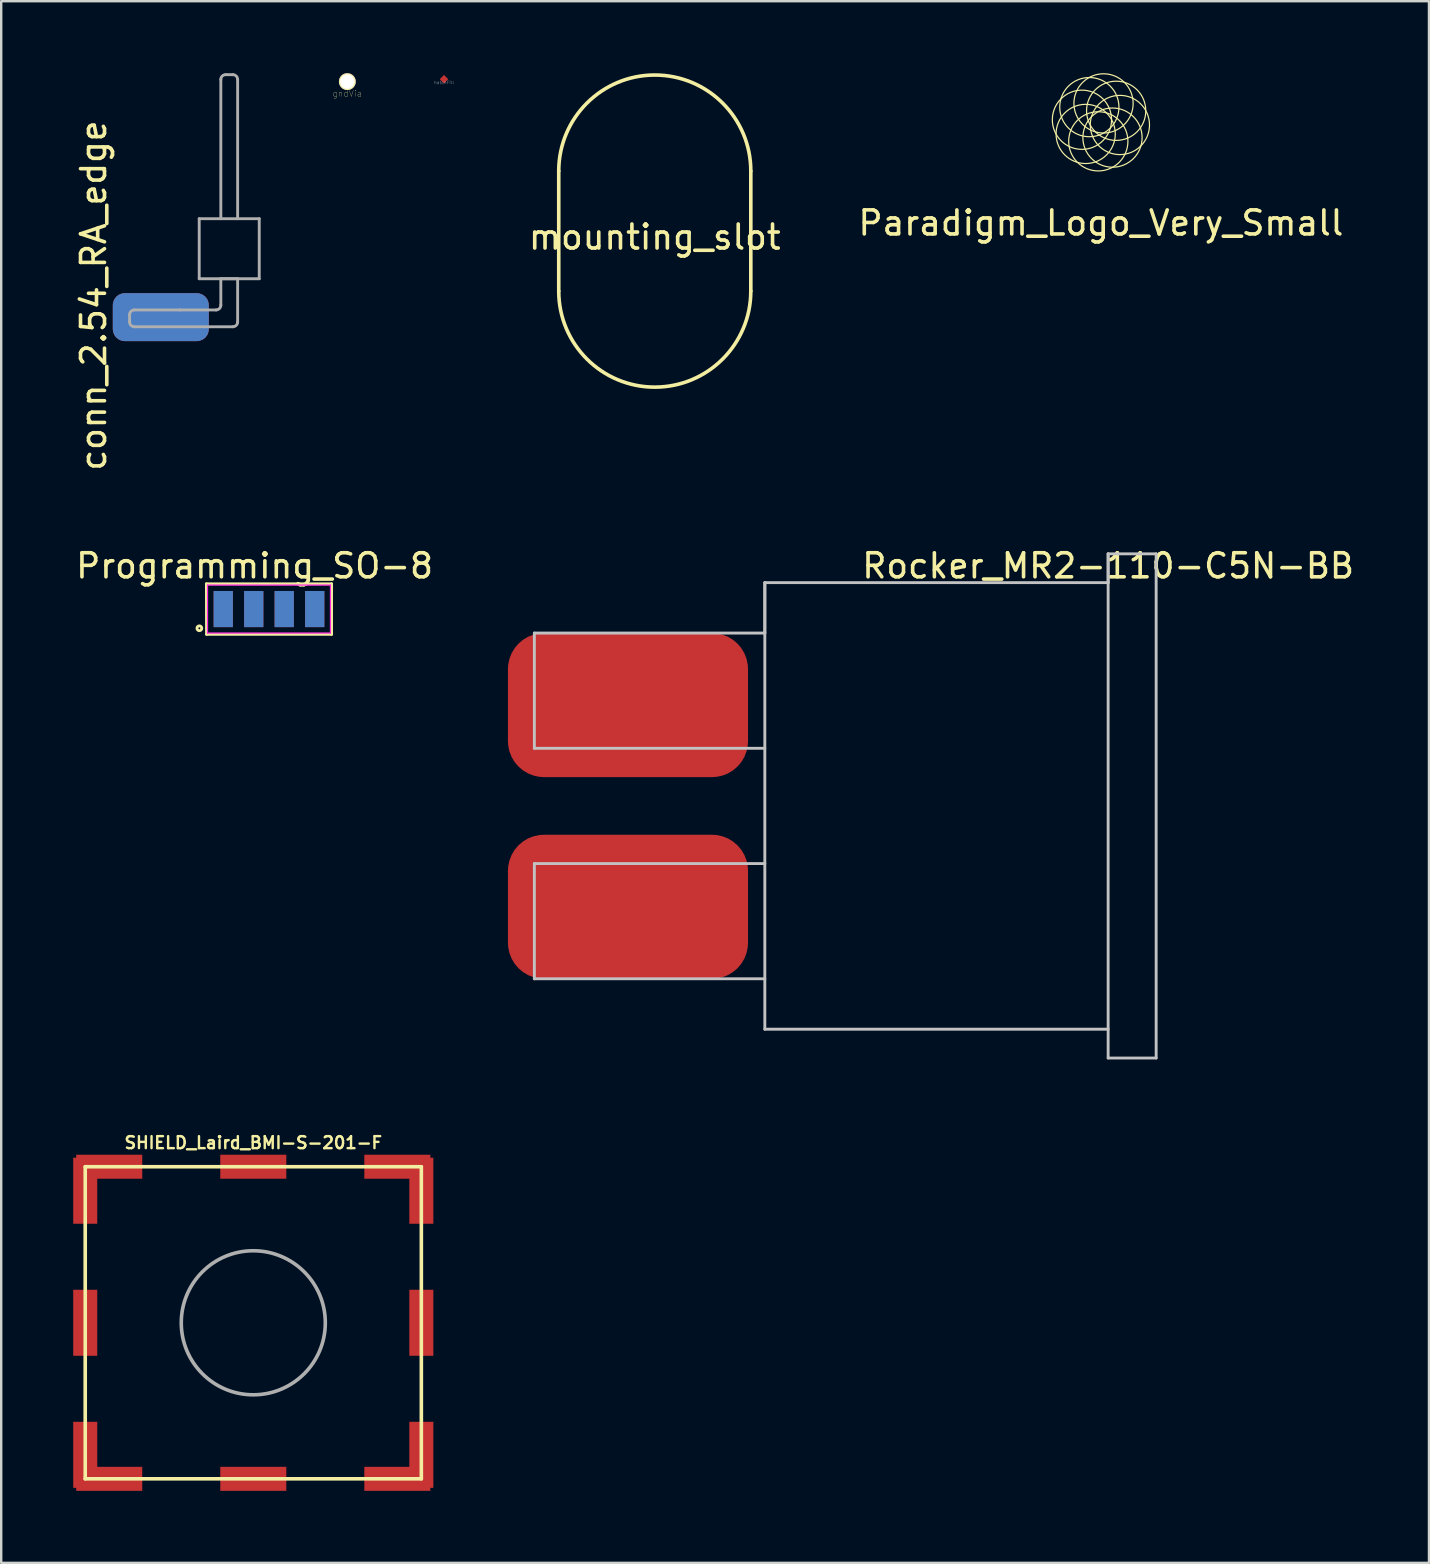
<source format=kicad_pcb>
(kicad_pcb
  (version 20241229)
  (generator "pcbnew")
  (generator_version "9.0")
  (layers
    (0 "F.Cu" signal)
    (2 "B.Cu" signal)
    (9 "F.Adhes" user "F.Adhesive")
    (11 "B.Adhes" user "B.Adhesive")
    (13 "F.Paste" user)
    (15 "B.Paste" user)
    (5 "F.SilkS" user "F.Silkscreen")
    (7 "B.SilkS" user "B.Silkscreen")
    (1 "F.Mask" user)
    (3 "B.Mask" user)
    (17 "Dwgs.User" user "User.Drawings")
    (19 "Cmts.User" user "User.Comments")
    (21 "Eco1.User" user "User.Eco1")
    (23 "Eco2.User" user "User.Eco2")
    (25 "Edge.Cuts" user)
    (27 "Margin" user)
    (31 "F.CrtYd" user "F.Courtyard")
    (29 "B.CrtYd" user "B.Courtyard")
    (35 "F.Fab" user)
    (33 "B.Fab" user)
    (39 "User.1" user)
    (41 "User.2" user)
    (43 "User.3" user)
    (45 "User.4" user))
  (footprint "Rocker_MR2-110-C5N-BB"
    (layer "F.Cu")
    (at 43.107 20.019)
    (property "Reference" "Rocker_MR2-110-C5N-BB" (at 0 0.5 0) (layer "F.SilkS") (effects (font (size 1 1) (thickness 0.15))))
    (attr through_hole)
    (fp_line (start -23.9 3.3) (end -23.9 8.1) (stroke (width 0.12) (type solid)) (layer "Dwgs.User"))
    (fp_line (start -23.9 8.1) (end -14.3 8.1) (stroke (width 0.12) (type solid)) (layer "Dwgs.User"))
    (fp_line (start -23.9 12.9) (end -14.3 12.9) (stroke (width 0.12) (type solid)) (layer "Dwgs.User"))
    (fp_line (start -23.9 17.7) (end -23.9 12.9) (stroke (width 0.12) (type solid)) (layer "Dwgs.User"))
    (fp_line (start -14.3 1.2) (end -14.3 3.3) (stroke (width 0.12) (type solid)) (layer "Dwgs.User"))
    (fp_line (start -14.3 1.2) (end -14.3 19.8) (stroke (width 0.12) (type solid)) (layer "Dwgs.User"))
    (fp_line (start -14.3 3.3) (end -23.9 3.3) (stroke (width 0.12) (type solid)) (layer "Dwgs.User"))
    (fp_line (start -14.3 17.7) (end -23.9 17.7) (stroke (width 0.12) (type solid)) (layer "Dwgs.User"))
    (fp_line (start -14.3 19.8) (end 0 19.8) (stroke (width 0.12) (type solid)) (layer "Dwgs.User"))
    (fp_line (start 0 0) (end 0 1.2) (stroke (width 0.12) (type solid)) (layer "Dwgs.User"))
    (fp_line (start 0 0) (end 2 0) (stroke (width 0.12) (type solid)) (layer "Dwgs.User"))
    (fp_line (start 0 1.2) (end -14.3 1.2) (stroke (width 0.12) (type solid)) (layer "Dwgs.User"))
    (fp_line (start 0 21) (end 0 0) (stroke (width 0.12) (type solid)) (layer "Dwgs.User"))
    (fp_line (start 2 0) (end 2 21) (stroke (width 0.12) (type solid)) (layer "Dwgs.User"))
    (fp_line (start 2 21) (end 0 21) (stroke (width 0.12) (type solid)) (layer "Dwgs.User"))
    (pad "1" smd roundrect (at -20 14.7) (size 10 6) (layers "F.Cu" "F.Mask" "F.Paste") (roundrect_rratio 0.25))
    (pad "2" smd roundrect (at -20 6.3) (size 10 6) (layers "F.Cu" "F.Mask" "F.Paste") (roundrect_rratio 0.25)))
  (footprint "hatchFill"
    (layer "F.Cu")
    (at 15.443 0.25)
    (property "Reference" "hatchFill" (at 0 0.14 0) (layer "F.Fab") (effects (font (size 0.127 0.127) (thickness 0.01))))
    (attr through_hole)
    (pad "1" smd rect (at 0 0 45) (size 0.25 0.25) (layers "F.Cu" "F.Mask" "F.Paste")))
  (footprint "mounting_slot"
    (layer "F.Cu")
    (at 24.223 6.575)
    (property "Reference" "mounting_slot" (at 0 0.25 0) (layer "F.SilkS") (effects (font (size 1 1) (thickness 0.15))))
    (attr through_hole)
    (fp_line (start -4 2.5) (end -4 -2.5) (stroke (width 0.15) (type solid)) (layer "F.SilkS"))
    (fp_line (start 4 2.5) (end 4 -2.5) (stroke (width 0.15) (type solid)) (layer "F.SilkS"))
    (fp_arc (start -4 -2.5) (mid 0 -6.5) (end 4 -2.5) (stroke (width 0.15) (type solid)) (layer "F.SilkS"))
    (fp_arc (start 4 2.5) (mid 0 6.5) (end -4 2.5) (stroke (width 0.15) (type solid)) (layer "F.SilkS")))
  (footprint "gndVia"
    (layer "F.Cu")
    (at 11.417 0.35)
    (property "Reference" "gndVia" (at 0 0.5 0) (layer "F.SilkS") (effects (font (size 0.25 0.25) (thickness 0.01))))
    (attr through_hole)
    (pad "1" thru_hole circle (at 0 0) (size 0.7 0.7) (drill 0.6) (layers "*.Cu" "*.Mask" "F.SilkS")))
  (footprint "SHIELD_Laird_BMI-S-201-F"
    (layer "F.Cu")
    (at 7.5 52.047)
    (property "Reference" "SHIELD_Laird_BMI-S-201-F" (at 0 -7.5 0) (layer "F.SilkS") (effects (font (size 0.5 0.5) (thickness 0.1))))
    (attr through_hole)
    (fp_line (start -7 -6.5) (end -7 6.5) (stroke (width 0.15) (type solid)) (layer "F.SilkS"))
    (fp_line (start -7 6.5) (end 7 6.5) (stroke (width 0.15) (type solid)) (layer "F.SilkS"))
    (fp_line (start 7 -6.5) (end -7 -6.5) (stroke (width 0.15) (type solid)) (layer "F.SilkS"))
    (fp_line (start 7 6.5) (end 7 -6.5) (stroke (width 0.15) (type solid)) (layer "F.SilkS"))
    (fp_circle (center 0 0) (end 0 -3) (stroke (width 0.15) (type solid)) (fill no) (layer "F.Fab"))
    (pad "1" smd rect (at -7 -5.5) (size 1 2.75) (layers "F.Cu" "F.Mask" "F.Paste"))
    (pad "1" smd rect (at -7 0) (size 1 2.75) (layers "F.Cu" "F.Mask" "F.Paste"))
    (pad "1" smd rect (at -7 5.5) (size 1 2.75) (layers "F.Cu" "F.Mask" "F.Paste"))
    (pad "1" smd rect (at -6 -6.5) (size 2.75 1) (layers "F.Cu" "F.Mask" "F.Paste"))
    (pad "1" smd rect (at -6 6.5) (size 2.75 1) (layers "F.Cu" "F.Mask" "F.Paste"))
    (pad "1" smd rect (at 0 -6.5) (size 2.75 1) (layers "F.Cu" "F.Mask" "F.Paste"))
    (pad "1" smd rect (at 0 6.5) (size 2.75 1) (layers "F.Cu" "F.Mask" "F.Paste"))
    (pad "1" smd rect (at 6 -6.5) (size 2.75 1) (layers "F.Cu" "F.Mask" "F.Paste"))
    (pad "1" smd rect (at 6 6.5) (size 2.75 1) (layers "F.Cu" "F.Mask" "F.Paste"))
    (pad "1" smd rect (at 7 -5.5) (size 1 2.75) (layers "F.Cu" "F.Mask" "F.Paste"))
    (pad "1" smd rect (at 7 0) (size 1 2.75) (layers "F.Cu" "F.Mask" "F.Paste"))
    (pad "1" smd rect (at 7 5.5) (size 1 2.75) (layers "F.Cu" "F.Mask" "F.Paste")))
  (footprint "Paradigm_Logo_Very_Small"
    (layer "F.Cu")
    (at 42.806 2.047)
    (property "Reference" "Paradigm_Logo_Very_Small" (at 0 4.191 0) (layer "F.SilkS") (effects (font (size 1 1) (thickness 0.15))))
    (attr through_hole)
    (fp_circle (center -0.79 -0.109) (end -1.014 1.104) (stroke (width 0.05) (type solid)) (fill no) (layer "F.SilkS"))
    (fp_circle (center -0.635 0.482) (end 0.064 1.498) (stroke (width 0.05) (type solid)) (fill no) (layer "F.SilkS"))
    (fp_circle (center -0.482 -0.635) (end -1.498 0.064) (stroke (width 0.05) (type solid)) (fill no) (layer "F.SilkS"))
    (fp_circle (center -0.109 0.79) (end 1.104 1.014) (stroke (width 0.05) (type solid)) (fill no) (layer "F.SilkS"))
    (fp_circle (center 0.109 -0.79) (end -1.104 -1.014) (stroke (width 0.05) (type solid)) (fill no) (layer "F.SilkS"))
    (fp_circle (center 0.482 0.635) (end 1.498 -0.064) (stroke (width 0.05) (type solid)) (fill no) (layer "F.SilkS"))
    (fp_circle (center 0.635 -0.482) (end -0.064 -1.498) (stroke (width 0.05) (type solid)) (fill no) (layer "F.SilkS"))
    (fp_circle (center 0.79 0.109) (end 1.014 -1.104) (stroke (width 0.05) (type solid)) (fill no) (layer "F.SilkS")))
  (footprint "Programming_SO-8"
    (layer "F.Cu")
    (at 8.154 22.319)
    (property "Reference" "Programming_SO-8" (at -0.6 -1.8 0) (layer "F.SilkS") (effects (font (size 1 1) (thickness 0.15))))
    (attr smd)
    (fp_line (start -2.606 -1.052) (end 2.606 -1.052) (stroke (width 0.12) (type solid)) (layer "F.SilkS"))
    (fp_line (start -2.6 1.052) (end -2.606 -1.052) (stroke (width 0.12) (type solid)) (layer "F.SilkS"))
    (fp_line (start 2.606 -1.052) (end 2.606 1.052) (stroke (width 0.12) (type solid)) (layer "F.SilkS"))
    (fp_line (start 2.606 1.052) (end -2.6 1.052) (stroke (width 0.12) (type solid)) (layer "F.SilkS"))
    (fp_circle (center -2.9 0.8) (end -2.8 0.8) (stroke (width 0.12) (type solid)) (fill no) (layer "F.SilkS"))
    (fp_line (start -2.56 -1) (end 2.56 -1) (stroke (width 0.05) (type solid)) (layer "F.CrtYd"))
    (fp_line (start -2.56 1) (end -2.56 -1) (stroke (width 0.05) (type solid)) (layer "F.CrtYd"))
    (fp_line (start 2.56 -1) (end 2.56 1) (stroke (width 0.05) (type solid)) (layer "F.CrtYd"))
    (fp_line (start 2.56 1) (end -2.56 1) (stroke (width 0.05) (type solid)) (layer "F.CrtYd"))
    (pad "1" smd rect (at -1.905 0) (size 0.802 1.505) (layers "F.Cu" "F.Mask" "F.Paste"))
    (pad "2" smd rect (at -0.635 0) (size 0.802 1.505) (layers "F.Cu" "F.Mask" "F.Paste"))
    (pad "3" smd rect (at 0.635 0) (size 0.802 1.505) (layers "F.Cu" "F.Mask" "F.Paste"))
    (pad "4" smd rect (at 1.905 0) (size 0.802 1.505) (layers "F.Cu" "F.Mask" "F.Paste"))
    (pad "5" smd rect (at -1.905 0) (size 0.802 1.505) (layers "B.Cu" "B.Mask" "B.Paste"))
    (pad "6" smd rect (at -0.635 0) (size 0.802 1.505) (layers "B.Cu" "B.Mask" "B.Paste"))
    (pad "7" smd rect (at 0.635 0) (size 0.802 1.505) (layers "B.Cu" "B.Mask" "B.Paste"))
    (pad "8" smd rect (at 1.905 0) (size 0.802 1.505) (layers "B.Cu" "B.Mask" "B.Paste")))
  (footprint "conn_2.54_RA_edge"
    (layer "F.Cu")
    (at 3.648 10.16)
    (property "Reference" "conn_2.54_RA_edge" (at -2.8 -0.9 90) (layer "F.SilkS") (effects (font (size 1 1) (thickness 0.15))))
    (attr through_hole)
    (fp_line (start -1.3 -0.1) (end -1.3 0.2) (stroke (width 0.12) (type solid)) (layer "F.Fab"))
    (fp_line (start -1.1 0.4) (end 3 0.4) (stroke (width 0.12) (type solid)) (layer "F.Fab"))
    (fp_line (start 0.8 -0.3) (end -1.1 -0.3) (stroke (width 0.12) (type solid)) (layer "F.Fab"))
    (fp_line (start 1.6 -4.1) (end 1.6 -1.6) (stroke (width 0.12) (type solid)) (layer "F.Fab"))
    (fp_line (start 1.6 -1.6) (end 4.1 -1.6) (stroke (width 0.12) (type solid)) (layer "F.Fab"))
    (fp_line (start 2.3 -0.3) (end 0.8 -0.3) (stroke (width 0.12) (type solid)) (layer "F.Fab"))
    (fp_line (start 2.5 -9.9) (end 2.5 -4.1) (stroke (width 0.12) (type solid)) (layer "F.Fab"))
    (fp_line (start 2.5 -1.6) (end 2.5 -0.5) (stroke (width 0.12) (type solid)) (layer "F.Fab"))
    (fp_line (start 3 -10.1) (end 2.7 -10.1) (stroke (width 0.12) (type solid)) (layer "F.Fab"))
    (fp_line (start 3.2 -4.1) (end 3.2 -9.9) (stroke (width 0.12) (type solid)) (layer "F.Fab"))
    (fp_line (start 3.2 -1.6) (end 2.5 -1.6) (stroke (width 0.12) (type solid)) (layer "F.Fab"))
    (fp_line (start 3.2 0.2) (end 3.2 -1.6) (stroke (width 0.12) (type solid)) (layer "F.Fab"))
    (fp_line (start 4.1 -4.1) (end 1.6 -4.1) (stroke (width 0.12) (type solid)) (layer "F.Fab"))
    (fp_line (start 4.1 -1.6) (end 4.1 -4.1) (stroke (width 0.12) (type solid)) (layer "F.Fab"))
    (fp_arc (start -1.3 -0.1) (mid -1.241421 -0.241421) (end -1.1 -0.3) (stroke (width 0.12) (type solid)) (layer "F.Fab"))
    (fp_arc (start -1.1 0.4) (mid -1.241421 0.341421) (end -1.3 0.2) (stroke (width 0.12) (type solid)) (layer "F.Fab"))
    (fp_arc (start 2.5 -9.9) (mid 2.558579 -10.041421) (end 2.7 -10.1) (stroke (width 0.12) (type solid)) (layer "F.Fab"))
    (fp_arc (start 2.5 -0.5) (mid 2.441421 -0.358579) (end 2.3 -0.3) (stroke (width 0.12) (type solid)) (layer "F.Fab"))
    (fp_arc (start 3 -10.1) (mid 3.141421 -10.041421) (end 3.2 -9.9) (stroke (width 0.12) (type solid)) (layer "F.Fab"))
    (fp_arc (start 3.2 0.2) (mid 3.141421 0.341421) (end 3 0.4) (stroke (width 0.12) (type solid)) (layer "F.Fab"))
    (pad "1" smd roundrect (at 0 0) (size 4 2) (layers "F.Cu" "F.Mask" "F.Paste") (roundrect_rratio 0.25))
    (pad "1" smd roundrect (at 0 0) (size 4 2) (layers "B.Cu" "B.Mask" "B.Paste") (roundrect_rratio 0.25)))
  (gr_rect
    (start -3 -3)
    (end 56.47 62.047)
    (stroke (width 0.1) (type default))
    (fill no)
    (layer "Edge.Cuts")))
</source>
